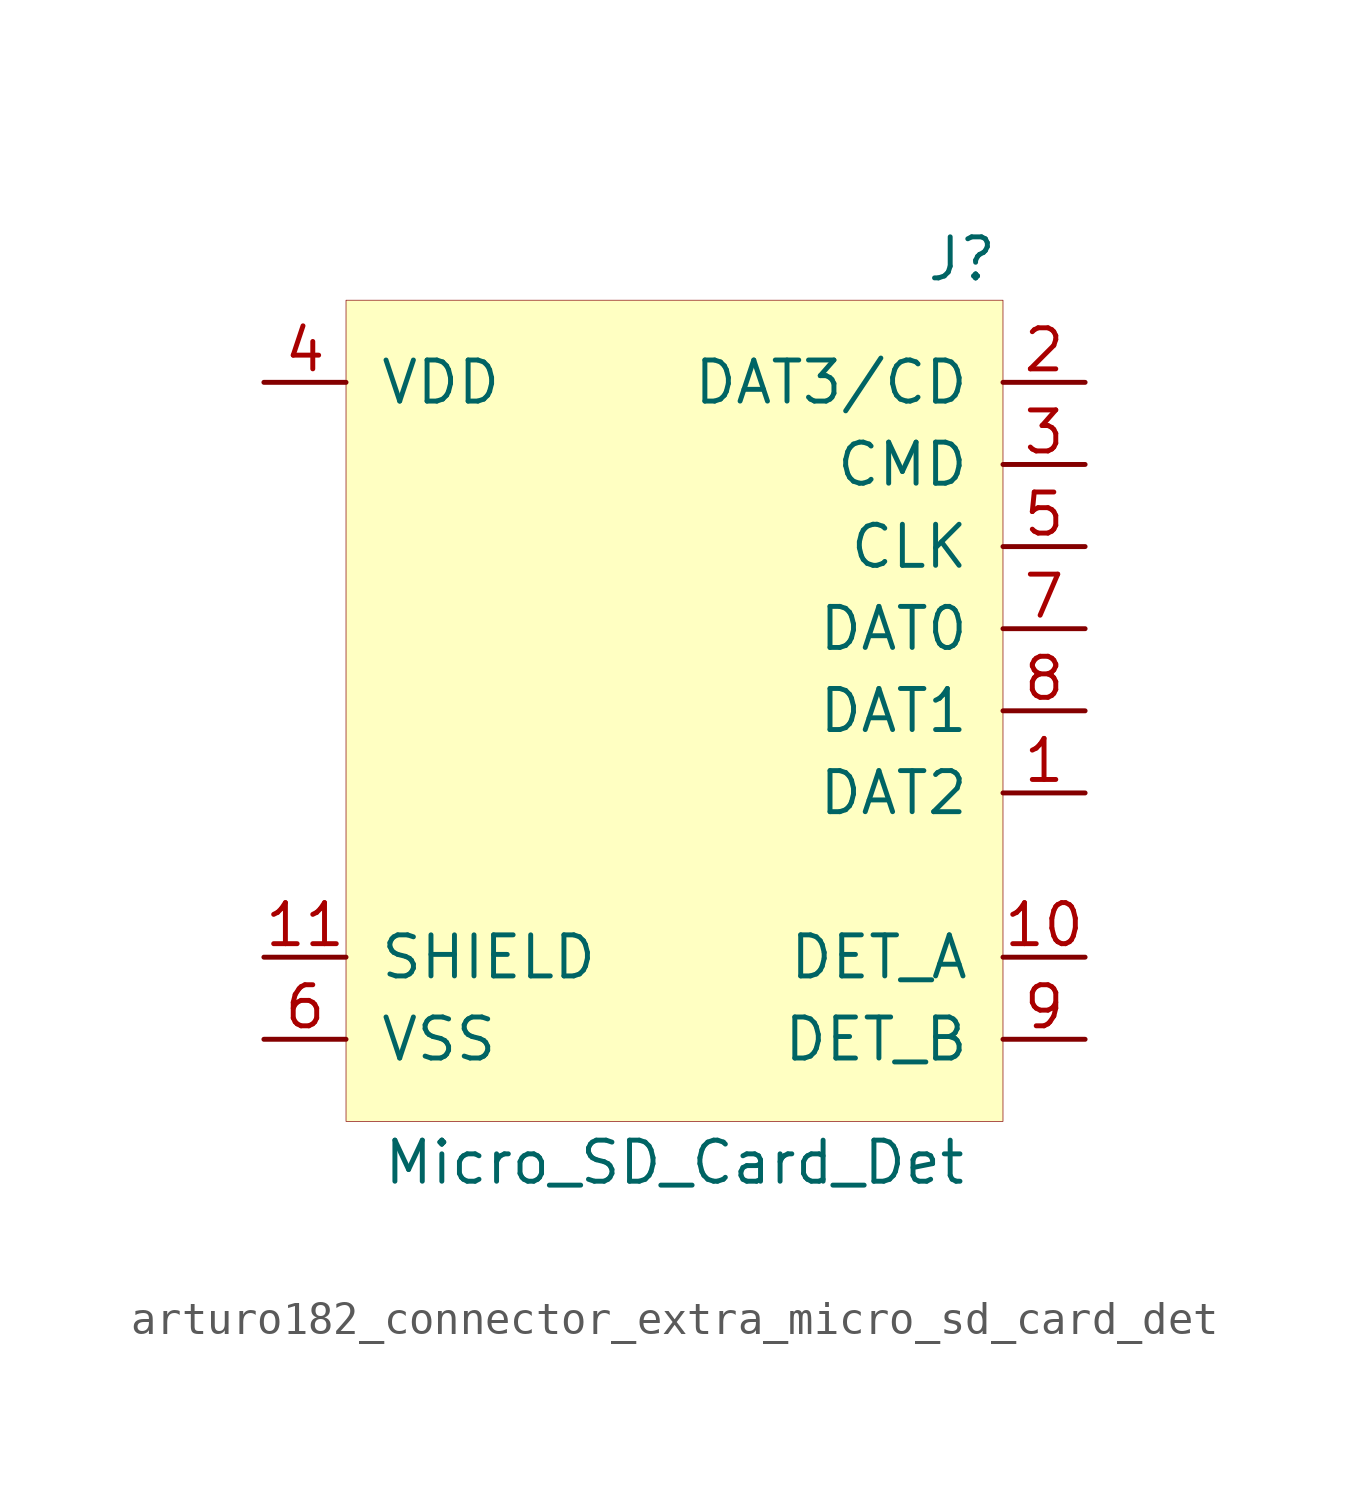
<source format=kicad_sym>
(kicad_symbol_lib
  (version 20220914)
  (generator kicad_symbol_editor)
  (symbol "Connector_Extra:arturo182_connector_extra_micro_sd_card_det"
    (pin_names
      (offset 1.016))
    (property "Reference" "J"
      (at 8.89 13.97 0)
      (effects (font (size 1.27 1.27))))
    (property "Value" "Micro_SD_Card_Det"
      (at 0 -13.97 0)
      (effects (font (size 1.27 1.27))))
    (symbol "arturo182_connector_extra_micro_sd_card_det_0_1"
      (rectangle (start -10.16 12.7) (end 10.16 -12.7) (stroke (width 0.001)) (fill (type background))))
    (symbol "arturo182_connector_extra_micro_sd_card_det_1_1"
      (pin bidirectional line (at 12.7 -2.54 180) (length 2.54) (name "DAT2" (effects (font (size 1.27 1.27)))) (number "1" (effects (font (size 1.27 1.27)))))
      (pin passive line (at 12.7 -7.62 180) (length 2.54) (name "DET_A" (effects (font (size 1.27 1.27)))) (number "10" (effects (font (size 1.27 1.27)))))
      (pin passive line (at -12.7 -7.62 0) (length 2.54) (name "SHIELD" (effects (font (size 1.27 1.27)))) (number "11" (effects (font (size 1.27 1.27)))))
      (pin bidirectional line (at 12.7 10.16 180) (length 2.54) (name "DAT3/CD" (effects (font (size 1.27 1.27)))) (number "2" (effects (font (size 1.27 1.27)))))
      (pin input line (at 12.7 7.62 180) (length 2.54) (name "CMD" (effects (font (size 1.27 1.27)))) (number "3" (effects (font (size 1.27 1.27)))))
      (pin power_in line (at -12.7 10.16 0) (length 2.54) (name "VDD" (effects (font (size 1.27 1.27)))) (number "4" (effects (font (size 1.27 1.27)))))
      (pin input line (at 12.7 5.08 180) (length 2.54) (name "CLK" (effects (font (size 1.27 1.27)))) (number "5" (effects (font (size 1.27 1.27)))))
      (pin power_in line (at -12.7 -10.16 0) (length 2.54) (name "VSS" (effects (font (size 1.27 1.27)))) (number "6" (effects (font (size 1.27 1.27)))))
      (pin bidirectional line (at 12.7 2.54 180) (length 2.54) (name "DAT0" (effects (font (size 1.27 1.27)))) (number "7" (effects (font (size 1.27 1.27)))))
      (pin bidirectional line (at 12.7 0 180) (length 2.54) (name "DAT1" (effects (font (size 1.27 1.27)))) (number "8" (effects (font (size 1.27 1.27)))))
      (pin passive line (at 12.7 -10.16 180) (length 2.54) (name "DET_B" (effects (font (size 1.27 1.27)))) (number "9" (effects (font (size 1.27 1.27))))))))
</source>
